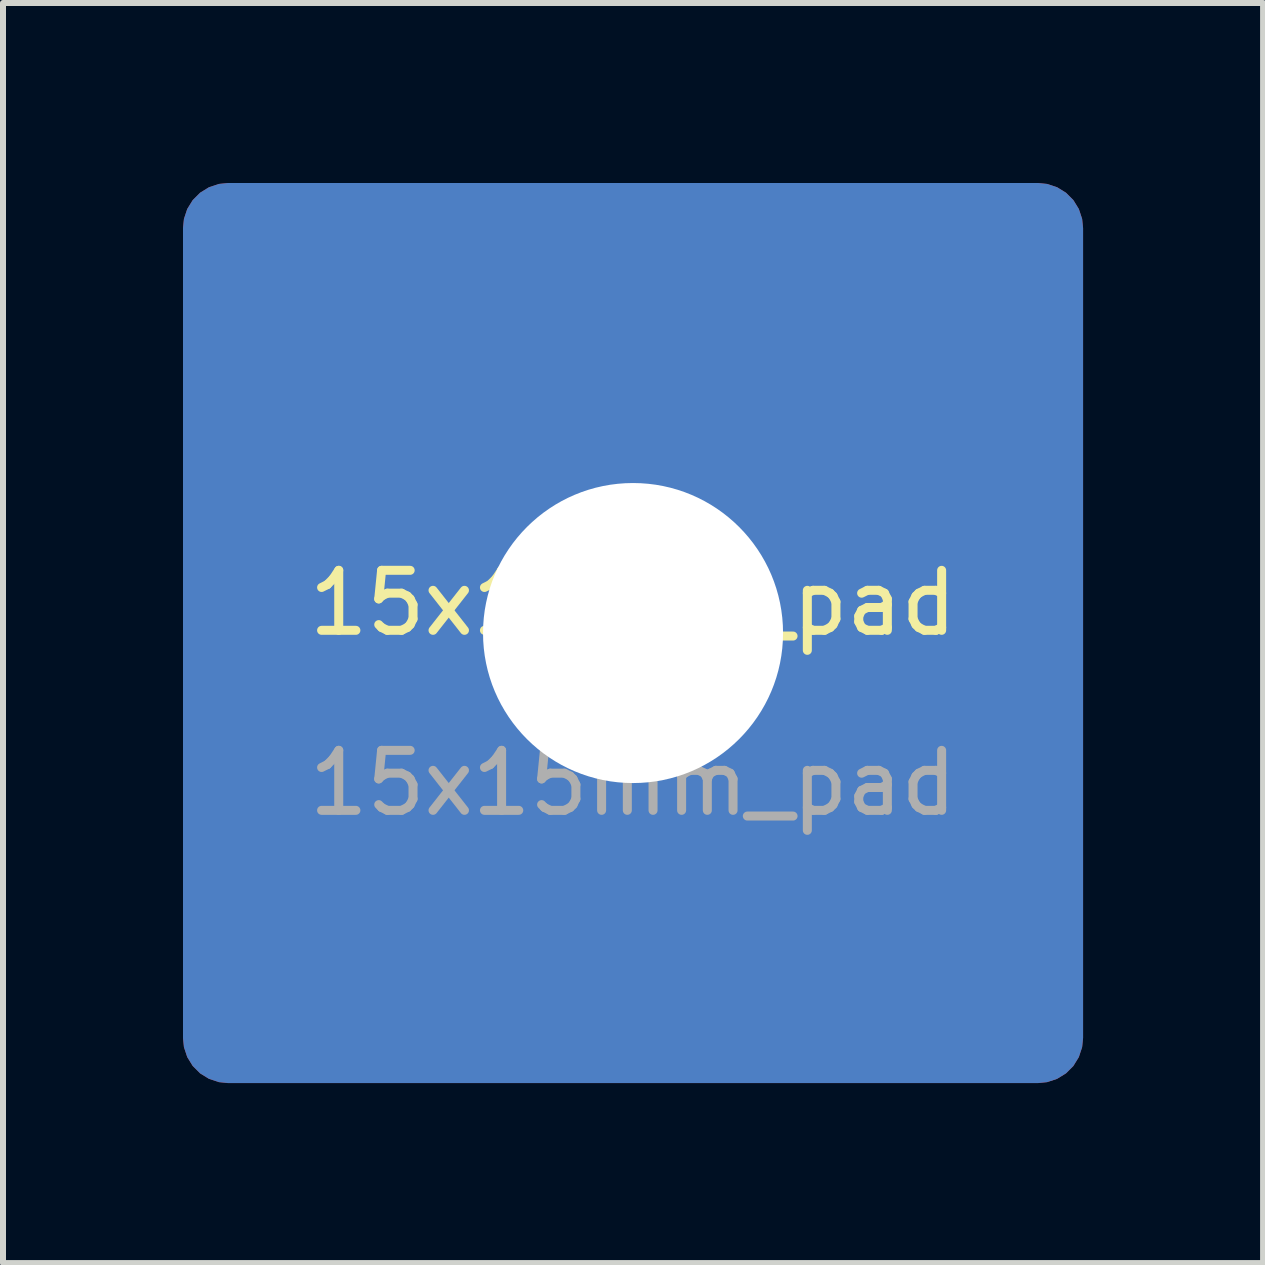
<source format=kicad_pcb>
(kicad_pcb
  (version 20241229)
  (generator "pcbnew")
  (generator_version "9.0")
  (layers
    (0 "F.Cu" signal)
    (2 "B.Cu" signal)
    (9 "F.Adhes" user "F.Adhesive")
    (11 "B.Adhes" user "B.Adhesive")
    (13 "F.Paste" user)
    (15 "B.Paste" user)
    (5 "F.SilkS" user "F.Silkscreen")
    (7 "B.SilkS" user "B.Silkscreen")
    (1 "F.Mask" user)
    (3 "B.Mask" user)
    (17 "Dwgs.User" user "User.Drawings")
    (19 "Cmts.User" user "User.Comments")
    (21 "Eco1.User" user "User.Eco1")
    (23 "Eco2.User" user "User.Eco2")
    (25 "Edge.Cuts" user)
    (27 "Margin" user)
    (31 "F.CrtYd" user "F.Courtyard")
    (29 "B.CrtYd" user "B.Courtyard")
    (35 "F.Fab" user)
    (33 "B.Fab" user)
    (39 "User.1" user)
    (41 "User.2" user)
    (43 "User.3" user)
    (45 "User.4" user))
  (footprint "15x15mm_pad"
    (layer "F.Cu")
    (at 7.5 7.5)
    (property "Reference" "15x15mm_pad" (at 0 -0.5 0) (unlocked yes) (layer "F.SilkS") (effects (font (size 1 1) (thickness 0.15))))
    (fp_text user "${REFERENCE}" (at 0 2.5 0) (unlocked yes) (layer "F.Fab") (effects (font (size 1 1) (thickness 0.15))))
    (pad "1" thru_hole roundrect (at 0 0) (size 15 15) (drill 5) (layers "*.Cu" "*.Mask") (roundrect_rratio 0.05)))
  (gr_rect
    (start -3 -3)
    (end 18 18)
    (stroke (width 0.1) (type default))
    (fill no)
    (layer "Edge.Cuts")))
</source>
